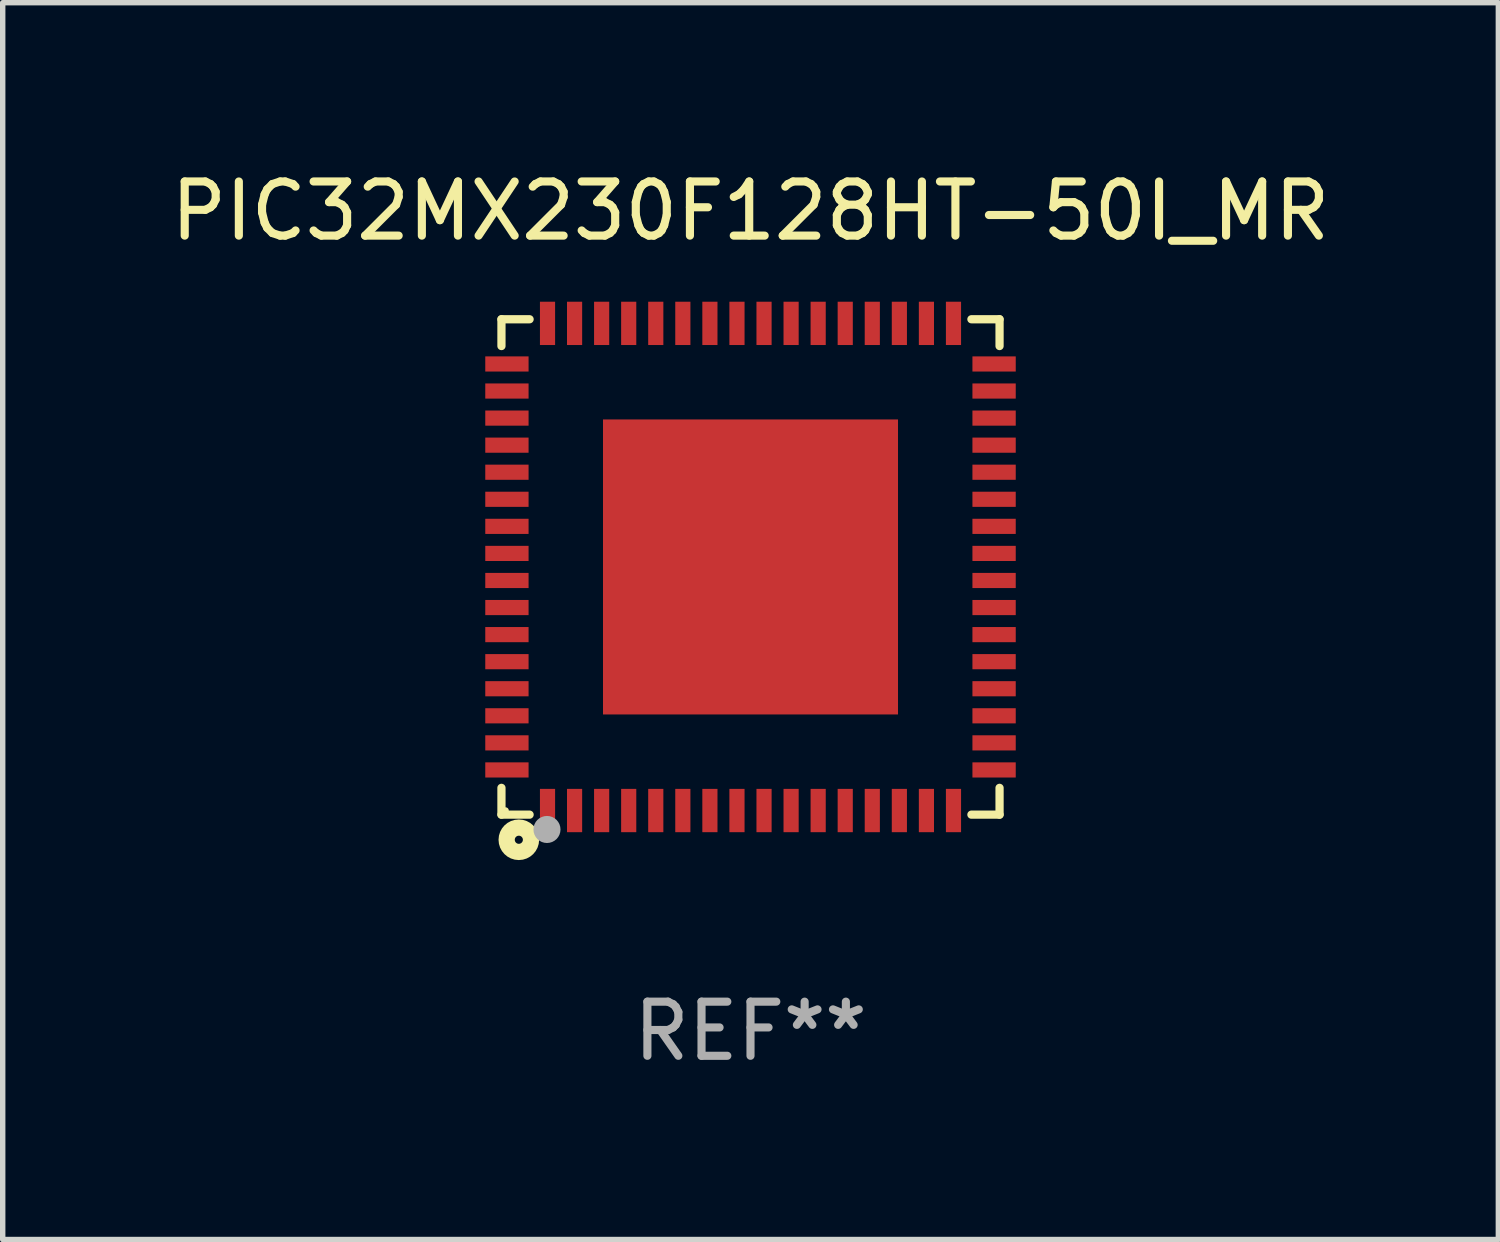
<source format=kicad_pcb>
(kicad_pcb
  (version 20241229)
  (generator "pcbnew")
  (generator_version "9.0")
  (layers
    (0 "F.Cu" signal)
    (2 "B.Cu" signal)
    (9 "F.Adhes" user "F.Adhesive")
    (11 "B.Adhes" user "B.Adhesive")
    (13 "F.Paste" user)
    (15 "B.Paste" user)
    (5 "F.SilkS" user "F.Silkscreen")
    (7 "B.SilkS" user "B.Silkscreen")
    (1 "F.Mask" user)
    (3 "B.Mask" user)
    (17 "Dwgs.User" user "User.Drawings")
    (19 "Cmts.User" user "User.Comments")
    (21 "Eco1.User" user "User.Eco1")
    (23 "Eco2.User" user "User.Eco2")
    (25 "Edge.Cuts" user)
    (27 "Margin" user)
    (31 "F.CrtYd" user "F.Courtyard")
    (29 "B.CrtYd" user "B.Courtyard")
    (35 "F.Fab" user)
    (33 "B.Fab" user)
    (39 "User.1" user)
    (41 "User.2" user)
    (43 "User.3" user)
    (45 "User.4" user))
  (footprint "PIC32MX230F128HT-50I_MR"
    (layer "F.Cu")
    (at 10.815 7.424)
    (property "Reference" "PIC32MX230F128HT-50I_MR" (at 0 -6.576 0) (layer "F.SilkS") (effects (font (size 1 1) (thickness 0.15))))
    (attr through_hole)
    (fp_line (start -4.601 -4.576) (end -4.081 -4.576) (stroke (width 0.152) (type solid)) (layer "F.SilkS"))
    (fp_line (start -4.601 -4.081) (end -4.601 -4.576) (stroke (width 0.152) (type solid)) (layer "F.SilkS"))
    (fp_line (start -4.601 4.081) (end -4.601 4.576) (stroke (width 0.152) (type solid)) (layer "F.SilkS"))
    (fp_line (start -4.601 4.576) (end -4.081 4.576) (stroke (width 0.152) (type solid)) (layer "F.SilkS"))
    (fp_line (start 4.601 -4.576) (end 4.081 -4.576) (stroke (width 0.152) (type solid)) (layer "F.SilkS"))
    (fp_line (start 4.601 -4.081) (end 4.601 -4.576) (stroke (width 0.152) (type solid)) (layer "F.SilkS"))
    (fp_line (start 4.601 4.081) (end 4.601 4.576) (stroke (width 0.152) (type solid)) (layer "F.SilkS"))
    (fp_line (start 4.601 4.576) (end 4.081 4.576) (stroke (width 0.152) (type solid)) (layer "F.SilkS"))
    (fp_circle (center -4.525 4.5) (end -4.495 4.5) (stroke (width 0.06) (type solid)) (fill no) (layer "F.SilkS"))
    (fp_circle (center -4.28 5.04) (end -4.205 5.04) (stroke (width 0.3) (type solid)) (fill no) (layer "F.SilkS"))
    (fp_circle (center -3.76 4.85) (end -3.635 4.85) (stroke (width 0.25) (type solid)) (fill no) (layer "F.Fab"))
    (fp_text user "REF**" (at 0 8.576 0) (layer "F.Fab") (effects (font (size 1 1) (thickness 0.15))))
    (pad "1" smd rect (at -3.75 4.5) (size 0.28 0.8) (layers "F.Cu" "F.Mask" "F.Paste"))
    (pad "2" smd rect (at -3.25 4.5) (size 0.28 0.8) (layers "F.Cu" "F.Mask" "F.Paste"))
    (pad "3" smd rect (at -2.75 4.5) (size 0.28 0.8) (layers "F.Cu" "F.Mask" "F.Paste"))
    (pad "4" smd rect (at -2.25 4.5) (size 0.28 0.8) (layers "F.Cu" "F.Mask" "F.Paste"))
    (pad "5" smd rect (at -1.75 4.5) (size 0.28 0.8) (layers "F.Cu" "F.Mask" "F.Paste"))
    (pad "6" smd rect (at -1.25 4.5) (size 0.28 0.8) (layers "F.Cu" "F.Mask" "F.Paste"))
    (pad "7" smd rect (at -0.75 4.5) (size 0.28 0.8) (layers "F.Cu" "F.Mask" "F.Paste"))
    (pad "8" smd rect (at -0.25 4.5) (size 0.28 0.8) (layers "F.Cu" "F.Mask" "F.Paste"))
    (pad "9" smd rect (at 0.25 4.5) (size 0.28 0.8) (layers "F.Cu" "F.Mask" "F.Paste"))
    (pad "10" smd rect (at 0.75 4.5) (size 0.28 0.8) (layers "F.Cu" "F.Mask" "F.Paste"))
    (pad "11" smd rect (at 1.25 4.5) (size 0.28 0.8) (layers "F.Cu" "F.Mask" "F.Paste"))
    (pad "12" smd rect (at 1.75 4.5) (size 0.28 0.8) (layers "F.Cu" "F.Mask" "F.Paste"))
    (pad "13" smd rect (at 2.25 4.5) (size 0.28 0.8) (layers "F.Cu" "F.Mask" "F.Paste"))
    (pad "14" smd rect (at 2.75 4.5) (size 0.28 0.8) (layers "F.Cu" "F.Mask" "F.Paste"))
    (pad "15" smd rect (at 3.25 4.5) (size 0.28 0.8) (layers "F.Cu" "F.Mask" "F.Paste"))
    (pad "16" smd rect (at 3.75 4.5) (size 0.28 0.8) (layers "F.Cu" "F.Mask" "F.Paste"))
    (pad "17" smd rect (at 4.5 3.75) (size 0.8 0.28) (layers "F.Cu" "F.Mask" "F.Paste"))
    (pad "18" smd rect (at 4.5 3.25) (size 0.8 0.28) (layers "F.Cu" "F.Mask" "F.Paste"))
    (pad "19" smd rect (at 4.5 2.75) (size 0.8 0.28) (layers "F.Cu" "F.Mask" "F.Paste"))
    (pad "20" smd rect (at 4.5 2.25) (size 0.8 0.28) (layers "F.Cu" "F.Mask" "F.Paste"))
    (pad "21" smd rect (at 4.5 1.75) (size 0.8 0.28) (layers "F.Cu" "F.Mask" "F.Paste"))
    (pad "22" smd rect (at 4.5 1.25) (size 0.8 0.28) (layers "F.Cu" "F.Mask" "F.Paste"))
    (pad "23" smd rect (at 4.5 0.75) (size 0.8 0.28) (layers "F.Cu" "F.Mask" "F.Paste"))
    (pad "24" smd rect (at 4.5 0.25) (size 0.8 0.28) (layers "F.Cu" "F.Mask" "F.Paste"))
    (pad "25" smd rect (at 4.5 -0.25) (size 0.8 0.28) (layers "F.Cu" "F.Mask" "F.Paste"))
    (pad "26" smd rect (at 4.5 -0.75) (size 0.8 0.28) (layers "F.Cu" "F.Mask" "F.Paste"))
    (pad "27" smd rect (at 4.5 -1.25) (size 0.8 0.28) (layers "F.Cu" "F.Mask" "F.Paste"))
    (pad "28" smd rect (at 4.5 -1.75) (size 0.8 0.28) (layers "F.Cu" "F.Mask" "F.Paste"))
    (pad "29" smd rect (at 4.5 -2.25) (size 0.8 0.28) (layers "F.Cu" "F.Mask" "F.Paste"))
    (pad "30" smd rect (at 4.5 -2.75) (size 0.8 0.28) (layers "F.Cu" "F.Mask" "F.Paste"))
    (pad "31" smd rect (at 4.5 -3.25) (size 0.8 0.28) (layers "F.Cu" "F.Mask" "F.Paste"))
    (pad "32" smd rect (at 4.5 -3.75) (size 0.8 0.28) (layers "F.Cu" "F.Mask" "F.Paste"))
    (pad "33" smd rect (at 3.75 -4.5) (size 0.28 0.8) (layers "F.Cu" "F.Mask" "F.Paste"))
    (pad "34" smd rect (at 3.25 -4.5) (size 0.28 0.8) (layers "F.Cu" "F.Mask" "F.Paste"))
    (pad "35" smd rect (at 2.75 -4.5) (size 0.28 0.8) (layers "F.Cu" "F.Mask" "F.Paste"))
    (pad "36" smd rect (at 2.25 -4.5) (size 0.28 0.8) (layers "F.Cu" "F.Mask" "F.Paste"))
    (pad "37" smd rect (at 1.75 -4.5) (size 0.28 0.8) (layers "F.Cu" "F.Mask" "F.Paste"))
    (pad "38" smd rect (at 1.25 -4.5) (size 0.28 0.8) (layers "F.Cu" "F.Mask" "F.Paste"))
    (pad "39" smd rect (at 0.75 -4.5) (size 0.28 0.8) (layers "F.Cu" "F.Mask" "F.Paste"))
    (pad "40" smd rect (at 0.25 -4.5) (size 0.28 0.8) (layers "F.Cu" "F.Mask" "F.Paste"))
    (pad "41" smd rect (at -0.25 -4.5) (size 0.28 0.8) (layers "F.Cu" "F.Mask" "F.Paste"))
    (pad "42" smd rect (at -0.75 -4.5) (size 0.28 0.8) (layers "F.Cu" "F.Mask" "F.Paste"))
    (pad "43" smd rect (at -1.25 -4.5) (size 0.28 0.8) (layers "F.Cu" "F.Mask" "F.Paste"))
    (pad "44" smd rect (at -1.75 -4.5) (size 0.28 0.8) (layers "F.Cu" "F.Mask" "F.Paste"))
    (pad "45" smd rect (at -2.25 -4.5) (size 0.28 0.8) (layers "F.Cu" "F.Mask" "F.Paste"))
    (pad "46" smd rect (at -2.75 -4.5) (size 0.28 0.8) (layers "F.Cu" "F.Mask" "F.Paste"))
    (pad "47" smd rect (at -3.25 -4.5) (size 0.28 0.8) (layers "F.Cu" "F.Mask" "F.Paste"))
    (pad "48" smd rect (at -3.75 -4.5) (size 0.28 0.8) (layers "F.Cu" "F.Mask" "F.Paste"))
    (pad "49" smd rect (at -4.5 -3.75) (size 0.8 0.28) (layers "F.Cu" "F.Mask" "F.Paste"))
    (pad "50" smd rect (at -4.5 -3.25) (size 0.8 0.28) (layers "F.Cu" "F.Mask" "F.Paste"))
    (pad "51" smd rect (at -4.5 -2.75) (size 0.8 0.28) (layers "F.Cu" "F.Mask" "F.Paste"))
    (pad "52" smd rect (at -4.5 -2.25) (size 0.8 0.28) (layers "F.Cu" "F.Mask" "F.Paste"))
    (pad "53" smd rect (at -4.5 -1.75) (size 0.8 0.28) (layers "F.Cu" "F.Mask" "F.Paste"))
    (pad "54" smd rect (at -4.5 -1.25) (size 0.8 0.28) (layers "F.Cu" "F.Mask" "F.Paste"))
    (pad "55" smd rect (at -4.5 -0.75) (size 0.8 0.28) (layers "F.Cu" "F.Mask" "F.Paste"))
    (pad "56" smd rect (at -4.5 -0.25) (size 0.8 0.28) (layers "F.Cu" "F.Mask" "F.Paste"))
    (pad "57" smd rect (at -4.5 0.25) (size 0.8 0.28) (layers "F.Cu" "F.Mask" "F.Paste"))
    (pad "58" smd rect (at -4.5 0.75) (size 0.8 0.28) (layers "F.Cu" "F.Mask" "F.Paste"))
    (pad "59" smd rect (at -4.5 1.25) (size 0.8 0.28) (layers "F.Cu" "F.Mask" "F.Paste"))
    (pad "60" smd rect (at -4.5 1.75) (size 0.8 0.28) (layers "F.Cu" "F.Mask" "F.Paste"))
    (pad "61" smd rect (at -4.5 2.25) (size 0.8 0.28) (layers "F.Cu" "F.Mask" "F.Paste"))
    (pad "62" smd rect (at -4.5 2.75) (size 0.8 0.28) (layers "F.Cu" "F.Mask" "F.Paste"))
    (pad "63" smd rect (at -4.5 3.25) (size 0.8 0.28) (layers "F.Cu" "F.Mask" "F.Paste"))
    (pad "64" smd rect (at -4.5 3.75) (size 0.8 0.28) (layers "F.Cu" "F.Mask" "F.Paste"))
    (pad "65" smd rect (at 0 0) (size 5.45 5.45) (layers "F.Cu" "F.Mask" "F.Paste")))
  (gr_rect
    (start -3 -3)
    (end 24.631 19.849)
    (stroke (width 0.1) (type default))
    (fill no)
    (layer "Edge.Cuts")))
</source>
